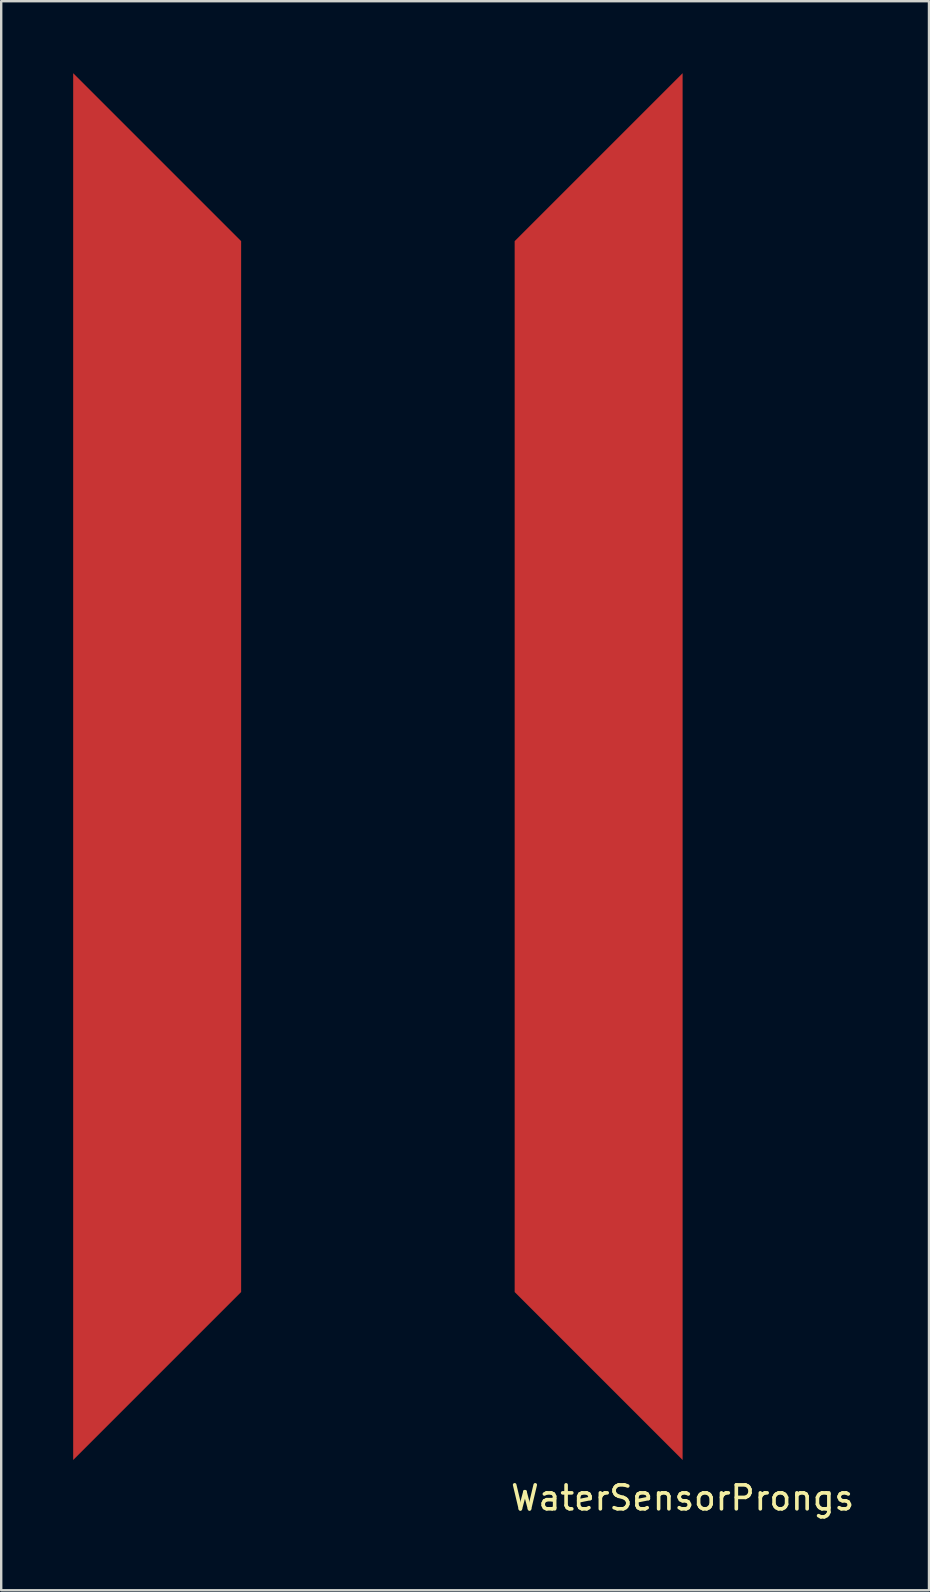
<source format=kicad_pcb>
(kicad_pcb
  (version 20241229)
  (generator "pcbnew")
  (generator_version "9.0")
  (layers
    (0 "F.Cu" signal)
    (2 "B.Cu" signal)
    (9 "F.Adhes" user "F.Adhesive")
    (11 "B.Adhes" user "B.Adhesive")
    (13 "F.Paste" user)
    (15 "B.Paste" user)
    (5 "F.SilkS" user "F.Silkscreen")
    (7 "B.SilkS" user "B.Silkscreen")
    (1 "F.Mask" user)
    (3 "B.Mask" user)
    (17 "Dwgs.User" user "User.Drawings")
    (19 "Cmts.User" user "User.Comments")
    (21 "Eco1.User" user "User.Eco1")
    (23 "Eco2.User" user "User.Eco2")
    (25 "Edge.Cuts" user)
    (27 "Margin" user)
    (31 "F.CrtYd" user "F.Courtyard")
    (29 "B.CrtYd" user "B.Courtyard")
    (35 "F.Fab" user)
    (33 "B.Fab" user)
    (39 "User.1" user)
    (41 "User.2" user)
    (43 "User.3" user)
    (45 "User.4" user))
  (footprint "WaterSensorProngs"
    (layer "F.Cu")
    (at 25.4 28.9)
    (property "Reference" "WaterSensorProngs" (at 0 30.48 0) (layer "F.SilkS") (effects (font (size 1 1) (thickness 0.15))))
    (attr through_hole)
    (pad "1" smd trapezoid (at -25.4 0) (size 7 50.8) (rect_delta 7 0) (drill (offset 3.5 0)) (layers "F.Cu" "F.Mask" "F.Paste"))
    (pad "2" smd trapezoid (at 0 0 180) (size 7 50.8) (rect_delta 7 0) (drill (offset 3.5 0)) (layers "F.Cu" "F.Mask" "F.Paste")))
  (gr_rect
    (start -3 -3)
    (end 35.668 63.228)
    (stroke (width 0.1) (type default))
    (fill no)
    (layer "Edge.Cuts")))
</source>
